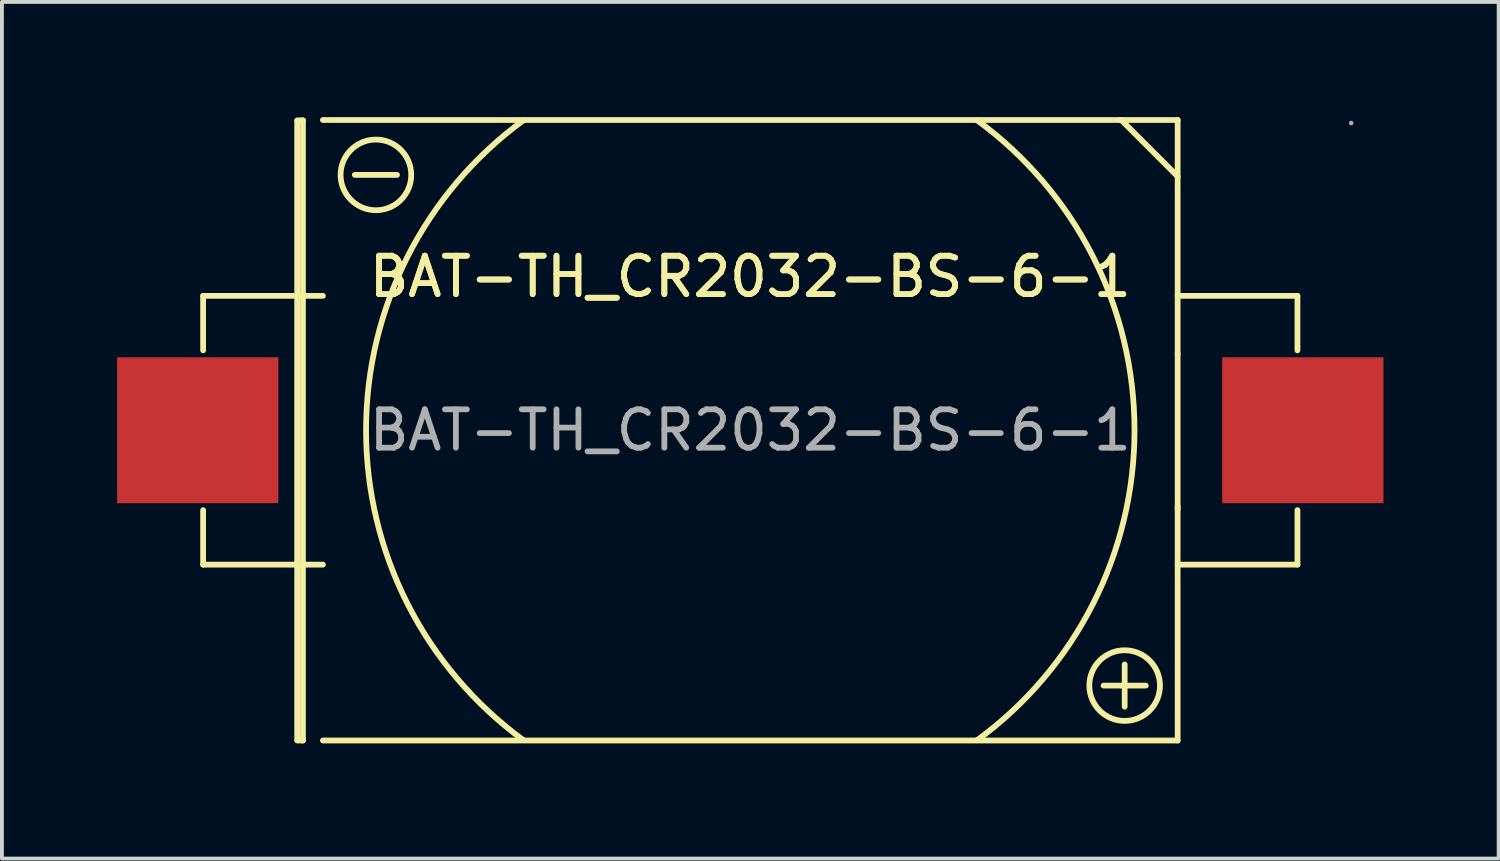
<source format=kicad_pcb>
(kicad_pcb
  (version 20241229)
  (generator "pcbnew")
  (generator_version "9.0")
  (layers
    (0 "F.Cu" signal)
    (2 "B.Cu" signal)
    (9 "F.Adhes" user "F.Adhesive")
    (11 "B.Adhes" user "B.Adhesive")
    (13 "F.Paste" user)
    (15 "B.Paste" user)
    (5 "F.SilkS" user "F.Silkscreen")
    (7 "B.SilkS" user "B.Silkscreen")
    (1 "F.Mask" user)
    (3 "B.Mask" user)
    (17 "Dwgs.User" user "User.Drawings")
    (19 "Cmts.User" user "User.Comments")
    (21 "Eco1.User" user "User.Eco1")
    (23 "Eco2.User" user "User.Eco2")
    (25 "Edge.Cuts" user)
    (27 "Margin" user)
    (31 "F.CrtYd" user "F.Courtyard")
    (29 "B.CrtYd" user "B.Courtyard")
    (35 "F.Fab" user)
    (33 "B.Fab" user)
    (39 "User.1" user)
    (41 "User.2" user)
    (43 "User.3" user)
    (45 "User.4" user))
  (footprint "BAT-TH_CR2032-BS-6-1"
    (layer "F.Cu")
    (at 16.49 8.155)
    (property "Reference" "BAT-TH_CR2032-BS-6-1" (at 0 -4 0) (layer "F.SilkS") (effects (font (size 1 1) (thickness 0.15))))
    (attr through_hole)
    (fp_line (start -14.25 -3.5) (end -14.25 -2.08) (stroke (width 0.15) (type solid)) (layer "F.SilkS"))
    (fp_line (start -14.25 -3.5) (end -11.13 -3.5) (stroke (width 0.15) (type solid)) (layer "F.SilkS"))
    (fp_line (start -14.25 3.5) (end -14.25 2.08) (stroke (width 0.15) (type solid)) (layer "F.SilkS"))
    (fp_line (start -14.25 3.5) (end -11.13 3.5) (stroke (width 0.15) (type solid)) (layer "F.SilkS"))
    (fp_line (start -11.8 -8.07) (end -11.65 -8.07) (stroke (width 0.15) (type solid)) (layer "F.SilkS"))
    (fp_line (start -11.8 -8.05) (end -11.8 8.05) (stroke (width 0.15) (type solid)) (layer "F.SilkS"))
    (fp_line (start -11.65 -8.07) (end -11.65 8.08) (stroke (width 0.15) (type solid)) (layer "F.SilkS"))
    (fp_line (start -11.65 8.08) (end -11.8 8.08) (stroke (width 0.15) (type solid)) (layer "F.SilkS"))
    (fp_line (start -11.13 -8.08) (end 11.13 -8.08) (stroke (width 0.15) (type solid)) (layer "F.SilkS"))
    (fp_line (start -11.13 8.08) (end 11.13 8.08) (stroke (width 0.15) (type solid)) (layer "F.SilkS"))
    (fp_line (start -9.2 -6.65) (end -10.3 -6.65) (stroke (width 0.15) (type solid)) (layer "F.SilkS"))
    (fp_line (start 9.2 6.65) (end 10.3 6.65) (stroke (width 0.15) (type solid)) (layer "F.SilkS"))
    (fp_line (start 9.64 -8.08) (end 9.66 -8.08) (stroke (width 0.15) (type solid)) (layer "F.SilkS"))
    (fp_line (start 9.66 -8.08) (end 11.13 -6.61) (stroke (width 0.15) (type solid)) (layer "F.SilkS"))
    (fp_line (start 9.75 7.2) (end 9.75 6.1) (stroke (width 0.15) (type solid)) (layer "F.SilkS"))
    (fp_line (start 11.13 -8.08) (end 11.13 -1.98) (stroke (width 0.15) (type solid)) (layer "F.SilkS"))
    (fp_line (start 11.13 -1.98) (end 11.13 2.06) (stroke (width 0.15) (type solid)) (layer "F.SilkS"))
    (fp_line (start 11.13 8.08) (end 11.13 1.98) (stroke (width 0.15) (type solid)) (layer "F.SilkS"))
    (fp_line (start 14.25 -3.5) (end 11.13 -3.5) (stroke (width 0.15) (type solid)) (layer "F.SilkS"))
    (fp_line (start 14.25 -3.5) (end 14.25 -2.08) (stroke (width 0.15) (type solid)) (layer "F.SilkS"))
    (fp_line (start 14.25 3.5) (end 11.13 3.5) (stroke (width 0.15) (type solid)) (layer "F.SilkS"))
    (fp_line (start 14.25 3.5) (end 14.25 2.08) (stroke (width 0.15) (type solid)) (layer "F.SilkS"))
    (fp_arc (start -5.91 8.07) (mid -10.006744 -0.003602) (end -5.904183 -8.07425) (stroke (width 0.15) (type solid)) (layer "F.SilkS"))
    (fp_arc (start 5.91 -8.07) (mid 10.006744 0.003602) (end 5.904183 8.07425) (stroke (width 0.15) (type solid)) (layer "F.SilkS"))
    (fp_circle (center -9.75 -6.65) (end -8.83 -6.65) (stroke (width 0.15) (type solid)) (fill no) (layer "F.SilkS"))
    (fp_circle (center 9.75 6.65) (end 10.67 6.65) (stroke (width 0.15) (type solid)) (fill no) (layer "F.SilkS"))
    (fp_circle (center 15.65 -8) (end 15.68 -8) (stroke (width 0.06) (type solid)) (fill no) (layer "F.Fab"))
    (fp_text user "${REFERENCE}" (at 0 -4 0) (layer "F.SilkS") (effects (font (size 1 1) (thickness 0.15))))
    (fp_text user "${REFERENCE}" (at 0 0 0) (layer "F.Fab") (effects (font (size 1 1) (thickness 0.15))))
    (pad "1" smd rect (at 14.39 0) (size 4.2 3.8) (layers "F.Cu" "F.Mask" "F.Paste"))
    (pad "2" smd rect (at -14.39 0) (size 4.2 3.8) (layers "F.Cu" "F.Mask" "F.Paste")))
  (gr_rect
    (start -3 -3)
    (end 35.98 19.31)
    (stroke (width 0.1) (type default))
    (fill no)
    (layer "Edge.Cuts")))
</source>
